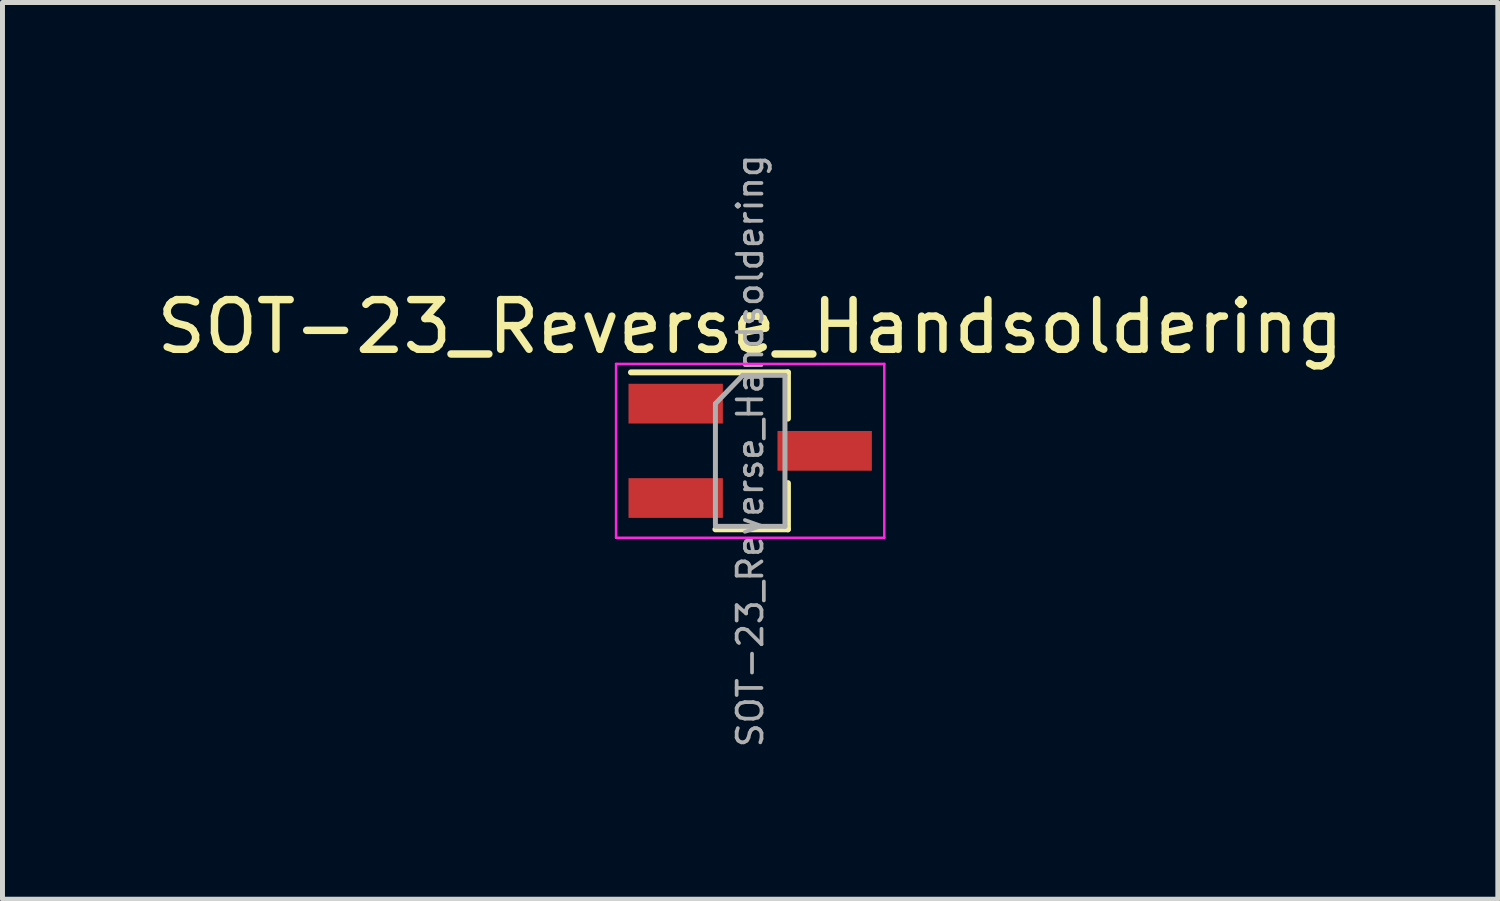
<source format=kicad_pcb>
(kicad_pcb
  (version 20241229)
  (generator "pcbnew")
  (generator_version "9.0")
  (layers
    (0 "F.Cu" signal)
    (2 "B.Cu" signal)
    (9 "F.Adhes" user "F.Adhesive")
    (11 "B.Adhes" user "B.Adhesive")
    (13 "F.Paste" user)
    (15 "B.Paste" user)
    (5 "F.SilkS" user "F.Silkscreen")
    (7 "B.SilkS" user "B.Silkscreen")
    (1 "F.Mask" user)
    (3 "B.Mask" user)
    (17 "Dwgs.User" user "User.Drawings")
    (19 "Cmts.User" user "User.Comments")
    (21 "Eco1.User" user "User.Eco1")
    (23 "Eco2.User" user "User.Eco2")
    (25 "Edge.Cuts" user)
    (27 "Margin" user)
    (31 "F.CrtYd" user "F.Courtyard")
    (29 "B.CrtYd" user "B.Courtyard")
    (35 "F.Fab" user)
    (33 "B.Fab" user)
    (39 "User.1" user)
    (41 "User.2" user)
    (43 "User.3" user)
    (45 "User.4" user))
  (footprint "SOT-23_Reverse_Handsoldering"
    (layer "F.Cu")
    (at 12.054 6.027)
    (property "Reference" "SOT-23_Reverse_Handsoldering" (at 0 -2.5 0) (layer "F.SilkS") (effects (font (size 1 1) (thickness 0.15))))
    (attr smd)
    (fp_line (start 0.76 -1.58) (end -2.4 -1.58) (stroke (width 0.12) (type solid)) (layer "F.SilkS"))
    (fp_line (start 0.76 -1.58) (end 0.76 -0.65) (stroke (width 0.12) (type solid)) (layer "F.SilkS"))
    (fp_line (start 0.76 1.58) (end -0.7 1.58) (stroke (width 0.12) (type solid)) (layer "F.SilkS"))
    (fp_line (start 0.76 1.58) (end 0.76 0.65) (stroke (width 0.12) (type solid)) (layer "F.SilkS"))
    (fp_line (start -2.7 -1.75) (end 2.7 -1.75) (stroke (width 0.05) (type solid)) (layer "F.CrtYd"))
    (fp_line (start -2.7 1.75) (end -2.7 -1.75) (stroke (width 0.05) (type solid)) (layer "F.CrtYd"))
    (fp_line (start 2.7 -1.75) (end 2.7 1.75) (stroke (width 0.05) (type solid)) (layer "F.CrtYd"))
    (fp_line (start 2.7 1.75) (end -2.7 1.75) (stroke (width 0.05) (type solid)) (layer "F.CrtYd"))
    (fp_line (start -0.7 -0.95) (end -0.7 1.5) (stroke (width 0.1) (type solid)) (layer "F.Fab"))
    (fp_line (start -0.7 -0.95) (end -0.15 -1.52) (stroke (width 0.1) (type solid)) (layer "F.Fab"))
    (fp_line (start -0.7 1.52) (end 0.7 1.52) (stroke (width 0.1) (type solid)) (layer "F.Fab"))
    (fp_line (start -0.15 -1.52) (end 0.7 -1.52) (stroke (width 0.1) (type solid)) (layer "F.Fab"))
    (fp_line (start 0.7 -1.52) (end 0.7 1.52) (stroke (width 0.1) (type solid)) (layer "F.Fab"))
    (fp_text user "${REFERENCE}" (at 0 0 90) (layer "F.Fab") (effects (font (size 0.5 0.5) (thickness 0.075))))
    (pad "1" smd rect (at -1.5 0.95) (size 1.9 0.8) (layers "F.Cu" "F.Mask" "F.Paste"))
    (pad "2" smd rect (at -1.5 -0.95) (size 1.9 0.8) (layers "F.Cu" "F.Mask" "F.Paste"))
    (pad "3" smd rect (at 1.5 0) (size 1.9 0.8) (layers "F.Cu" "F.Mask" "F.Paste")))
  (gr_rect
    (start -3 -3)
    (end 27.107 15.054)
    (stroke (width 0.1) (type default))
    (fill no)
    (layer "Edge.Cuts")))
</source>
